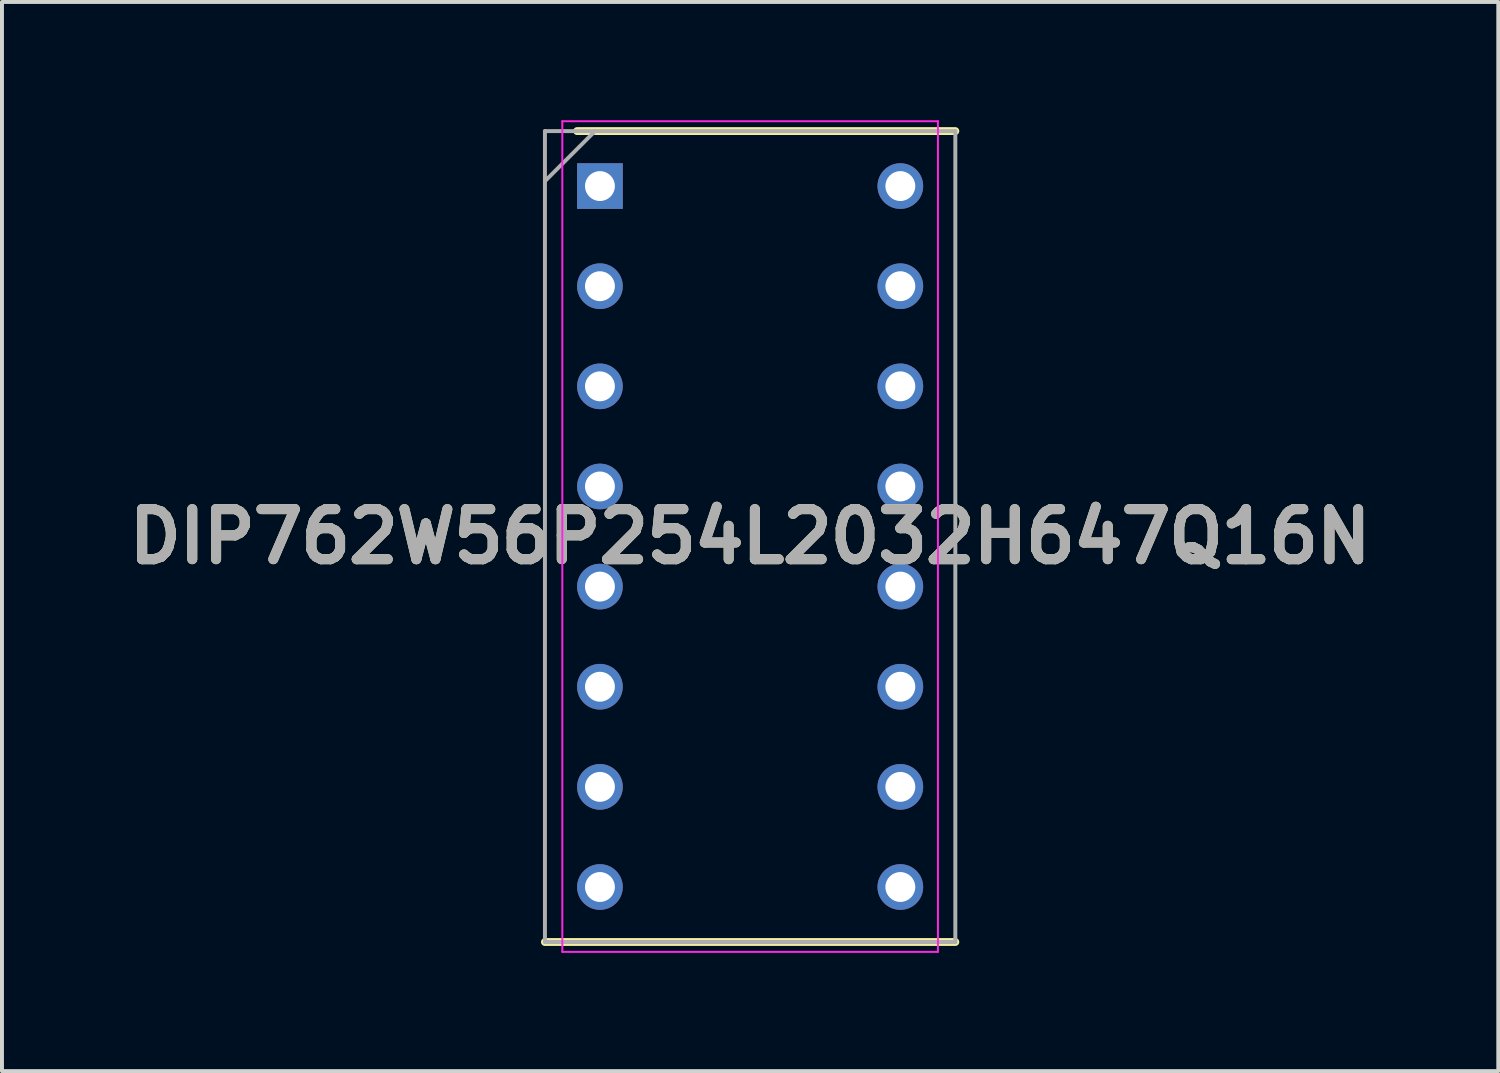
<source format=kicad_pcb>
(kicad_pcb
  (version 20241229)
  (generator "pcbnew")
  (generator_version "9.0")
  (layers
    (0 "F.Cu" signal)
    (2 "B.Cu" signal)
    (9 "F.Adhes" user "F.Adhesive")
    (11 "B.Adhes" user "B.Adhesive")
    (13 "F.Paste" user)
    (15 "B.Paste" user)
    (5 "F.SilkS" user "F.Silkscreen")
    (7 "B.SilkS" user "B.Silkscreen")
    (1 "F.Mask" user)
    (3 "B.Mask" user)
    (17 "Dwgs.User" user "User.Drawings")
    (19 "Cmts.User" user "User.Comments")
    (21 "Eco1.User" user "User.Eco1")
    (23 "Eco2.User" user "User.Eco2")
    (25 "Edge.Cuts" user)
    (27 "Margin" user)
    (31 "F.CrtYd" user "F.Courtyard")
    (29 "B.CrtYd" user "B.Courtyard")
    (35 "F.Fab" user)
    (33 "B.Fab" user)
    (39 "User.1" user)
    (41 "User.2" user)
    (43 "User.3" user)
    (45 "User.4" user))
  (footprint "DIP762W56P254L2032H647Q16N"
    (layer "F.Cu")
    (at 15.978 10.56)
    (property "Reference" "DIP762W56P254L2032H647Q16N" (at 0 0 0) (layer "F.SilkS") (effects (font (size 1.27 1.27) (thickness 0.254))))
    (attr through_hole)
    (fp_line (start -5.205 10.285) (end 5.205 10.285) (stroke (width 0.2) (type solid)) (layer "F.SilkS"))
    (fp_line (start -4.389 -10.285) (end 5.205 -10.285) (stroke (width 0.2) (type solid)) (layer "F.SilkS"))
    (fp_line (start -4.764 -10.535) (end 4.764 -10.535) (stroke (width 0.05) (type solid)) (layer "F.CrtYd"))
    (fp_line (start -4.764 10.535) (end -4.764 -10.535) (stroke (width 0.05) (type solid)) (layer "F.CrtYd"))
    (fp_line (start 4.764 -10.535) (end 4.764 10.535) (stroke (width 0.05) (type solid)) (layer "F.CrtYd"))
    (fp_line (start 4.764 10.535) (end -4.764 10.535) (stroke (width 0.05) (type solid)) (layer "F.CrtYd"))
    (fp_line (start -5.205 -10.285) (end 5.205 -10.285) (stroke (width 0.1) (type solid)) (layer "F.Fab"))
    (fp_line (start -5.205 -9.015) (end -3.935 -10.285) (stroke (width 0.1) (type solid)) (layer "F.Fab"))
    (fp_line (start -5.205 10.285) (end -5.205 -10.285) (stroke (width 0.1) (type solid)) (layer "F.Fab"))
    (fp_line (start 5.205 -10.285) (end 5.205 10.285) (stroke (width 0.1) (type solid)) (layer "F.Fab"))
    (fp_line (start 5.205 10.285) (end -5.205 10.285) (stroke (width 0.1) (type solid)) (layer "F.Fab"))
    (fp_text user "${REFERENCE}" (at 0 0 0) (layer "F.Fab") (effects (font (size 1.27 1.27) (thickness 0.254))))
    (pad "1" thru_hole rect (at -3.81 -8.89) (size 1.158 1.158) (drill 0.758) (layers "*.Cu" "*.Mask"))
    (pad "2" thru_hole circle (at -3.81 -6.35) (size 1.158 1.158) (drill 0.758) (layers "*.Cu" "*.Mask"))
    (pad "3" thru_hole circle (at -3.81 -3.81) (size 1.158 1.158) (drill 0.758) (layers "*.Cu" "*.Mask"))
    (pad "4" thru_hole circle (at -3.81 -1.27) (size 1.158 1.158) (drill 0.758) (layers "*.Cu" "*.Mask"))
    (pad "5" thru_hole circle (at -3.81 1.27) (size 1.158 1.158) (drill 0.758) (layers "*.Cu" "*.Mask"))
    (pad "6" thru_hole circle (at -3.81 3.81) (size 1.158 1.158) (drill 0.758) (layers "*.Cu" "*.Mask"))
    (pad "7" thru_hole circle (at -3.81 6.35) (size 1.158 1.158) (drill 0.758) (layers "*.Cu" "*.Mask"))
    (pad "8" thru_hole circle (at -3.81 8.89) (size 1.158 1.158) (drill 0.758) (layers "*.Cu" "*.Mask"))
    (pad "9" thru_hole circle (at 3.81 8.89) (size 1.158 1.158) (drill 0.758) (layers "*.Cu" "*.Mask"))
    (pad "10" thru_hole circle (at 3.81 6.35) (size 1.158 1.158) (drill 0.758) (layers "*.Cu" "*.Mask"))
    (pad "11" thru_hole circle (at 3.81 3.81) (size 1.158 1.158) (drill 0.758) (layers "*.Cu" "*.Mask"))
    (pad "12" thru_hole circle (at 3.81 1.27) (size 1.158 1.158) (drill 0.758) (layers "*.Cu" "*.Mask"))
    (pad "13" thru_hole circle (at 3.81 -1.27) (size 1.158 1.158) (drill 0.758) (layers "*.Cu" "*.Mask"))
    (pad "14" thru_hole circle (at 3.81 -3.81) (size 1.158 1.158) (drill 0.758) (layers "*.Cu" "*.Mask"))
    (pad "15" thru_hole circle (at 3.81 -6.35) (size 1.158 1.158) (drill 0.758) (layers "*.Cu" "*.Mask"))
    (pad "16" thru_hole circle (at 3.81 -8.89) (size 1.158 1.158) (drill 0.758) (layers "*.Cu" "*.Mask")))
  (gr_rect
    (start -3 -3)
    (end 34.956 24.12)
    (stroke (width 0.1) (type default))
    (fill no)
    (layer "Edge.Cuts")))
</source>
